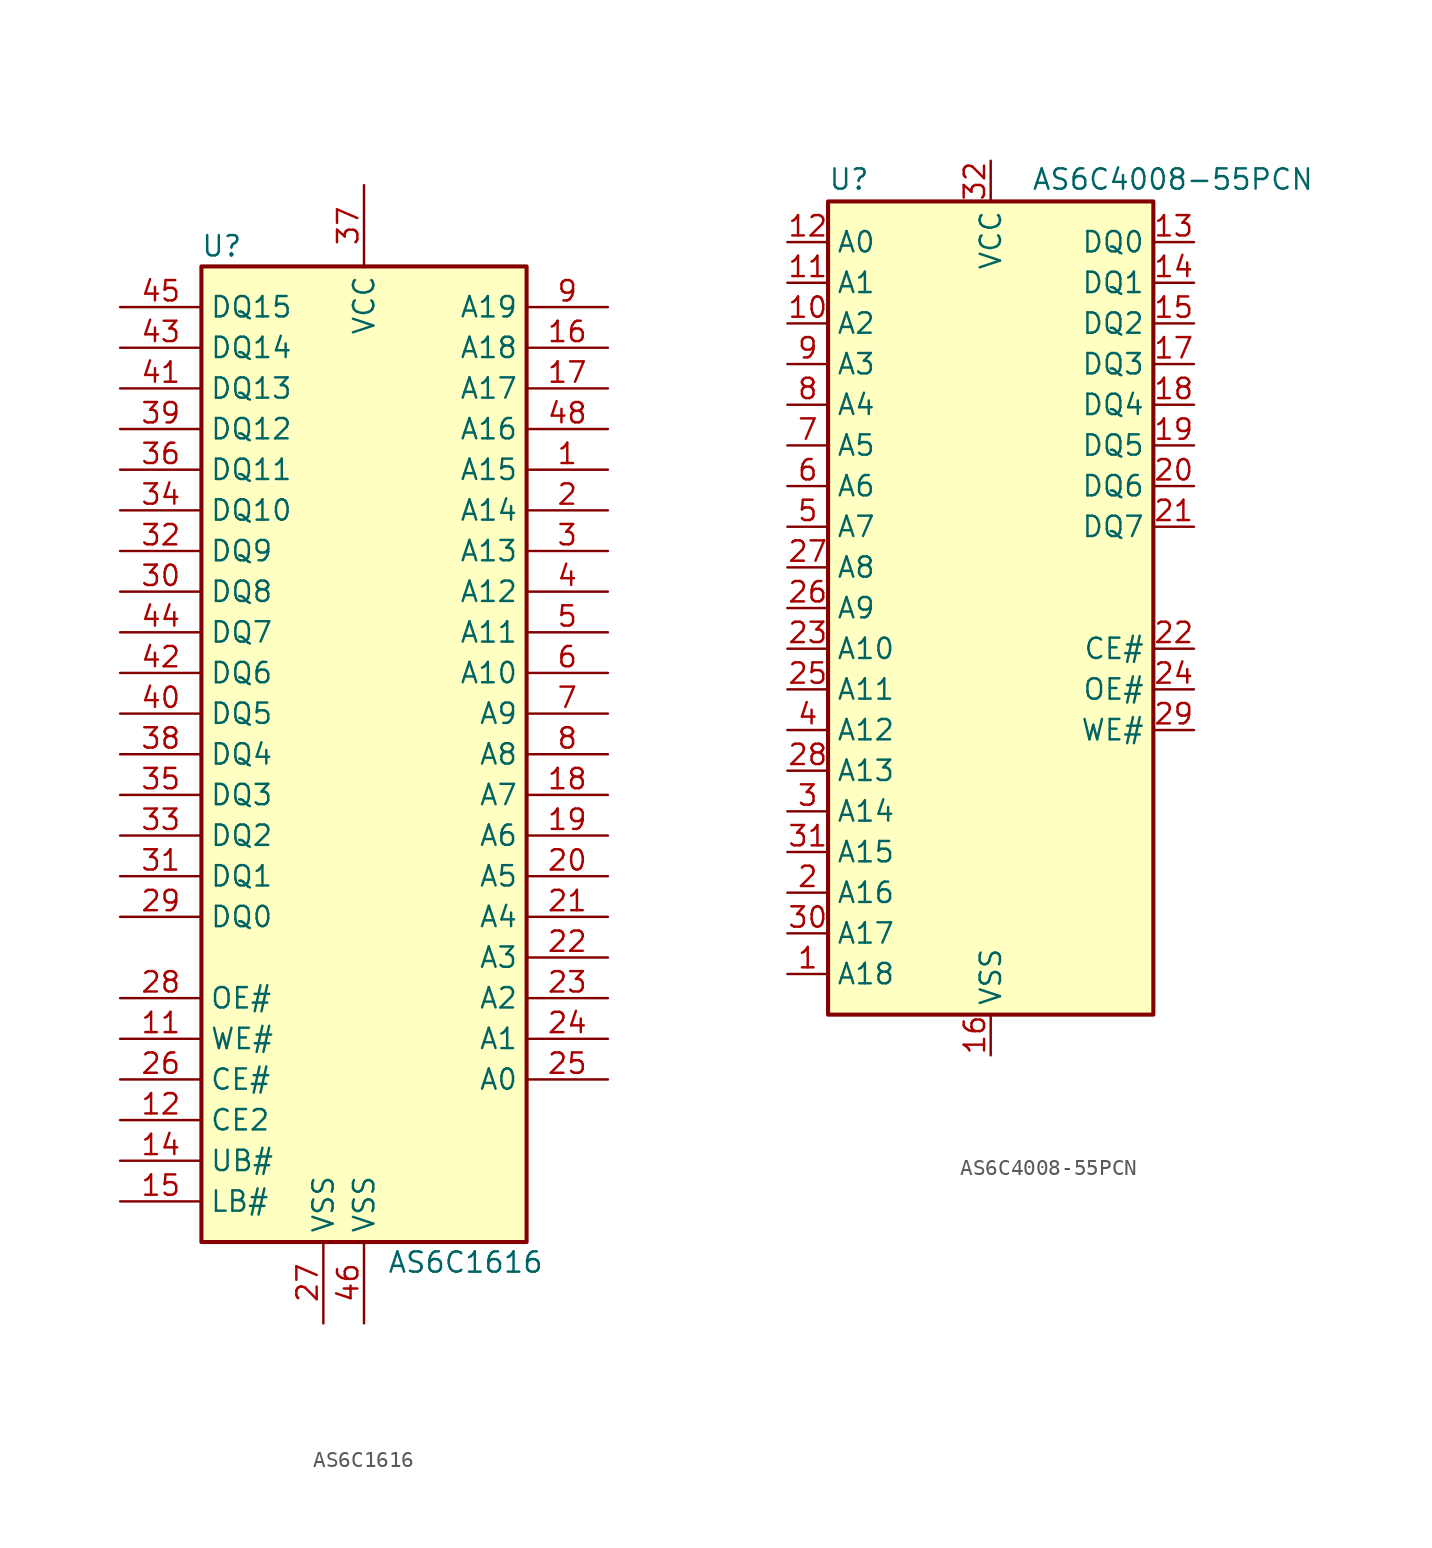
<source format=kicad_sym>
(kicad_symbol_lib
  (version 20201005)
  (generator kicad_symbol_editor)
  (symbol "AS6C1616"
    (property "Reference" "U"
      (at -8.89 31.75 0)
      (effects (font (size 1.27 1.27))))
    (property "Value" "AS6C1616"
      (at 6.35 -31.75 0)
      (effects (font (size 1.27 1.27))))
    (symbol "AS6C1616_0_1"
      (rectangle (start -10.16 30.48) (end 10.16 -30.48) (stroke (width 0.254)) (fill (type background))))
    (symbol "AS6C1616_1_1"
      (pin input line (at 15.24 17.78 180) (length 5.08) (name "A15" (effects (font (size 1.27 1.27)))) (number "1" (effects (font (size 1.27 1.27)))))
      (pin no_connect line (at 10.16 -22.86 180) (length 0) hide (name "NC" (effects (font (size 1.27 1.27)))) (number "10" (effects (font (size 1.27 1.27)))))
      (pin input line (at -15.24 -17.78 0) (length 5.08) (name "WE#" (effects (font (size 1.27 1.27)))) (number "11" (effects (font (size 1.27 1.27)))))
      (pin input line (at -15.24 -22.86 0) (length 5.08) (name "CE2" (effects (font (size 1.27 1.27)))) (number "12" (effects (font (size 1.27 1.27)))))
      (pin no_connect line (at 10.16 -25.4 180) (length 0) hide (name "NC" (effects (font (size 1.27 1.27)))) (number "13" (effects (font (size 1.27 1.27)))))
      (pin input line (at -15.24 -25.4 0) (length 5.08) (name "UB#" (effects (font (size 1.27 1.27)))) (number "14" (effects (font (size 1.27 1.27)))))
      (pin input line (at -15.24 -27.94 0) (length 5.08) (name "LB#" (effects (font (size 1.27 1.27)))) (number "15" (effects (font (size 1.27 1.27)))))
      (pin input line (at 15.24 25.4 180) (length 5.08) (name "A18" (effects (font (size 1.27 1.27)))) (number "16" (effects (font (size 1.27 1.27)))))
      (pin input line (at 15.24 22.86 180) (length 5.08) (name "A17" (effects (font (size 1.27 1.27)))) (number "17" (effects (font (size 1.27 1.27)))))
      (pin input line (at 15.24 -2.54 180) (length 5.08) (name "A7" (effects (font (size 1.27 1.27)))) (number "18" (effects (font (size 1.27 1.27)))))
      (pin input line (at 15.24 -5.08 180) (length 5.08) (name "A6" (effects (font (size 1.27 1.27)))) (number "19" (effects (font (size 1.27 1.27)))))
      (pin input line (at 15.24 15.24 180) (length 5.08) (name "A14" (effects (font (size 1.27 1.27)))) (number "2" (effects (font (size 1.27 1.27)))))
      (pin input line (at 15.24 -7.62 180) (length 5.08) (name "A5" (effects (font (size 1.27 1.27)))) (number "20" (effects (font (size 1.27 1.27)))))
      (pin input line (at 15.24 -10.16 180) (length 5.08) (name "A4" (effects (font (size 1.27 1.27)))) (number "21" (effects (font (size 1.27 1.27)))))
      (pin input line (at 15.24 -12.7 180) (length 5.08) (name "A3" (effects (font (size 1.27 1.27)))) (number "22" (effects (font (size 1.27 1.27)))))
      (pin input line (at 15.24 -15.24 180) (length 5.08) (name "A2" (effects (font (size 1.27 1.27)))) (number "23" (effects (font (size 1.27 1.27)))))
      (pin input line (at 15.24 -17.78 180) (length 5.08) (name "A1" (effects (font (size 1.27 1.27)))) (number "24" (effects (font (size 1.27 1.27)))))
      (pin input line (at 15.24 -20.32 180) (length 5.08) (name "A0" (effects (font (size 1.27 1.27)))) (number "25" (effects (font (size 1.27 1.27)))))
      (pin input line (at -15.24 -20.32 0) (length 5.08) (name "CE#" (effects (font (size 1.27 1.27)))) (number "26" (effects (font (size 1.27 1.27)))))
      (pin power_in line (at -2.54 -35.56 90) (length 5.08) (name "VSS" (effects (font (size 1.27 1.27)))) (number "27" (effects (font (size 1.27 1.27)))))
      (pin input line (at -15.24 -15.24 0) (length 5.08) (name "OE#" (effects (font (size 1.27 1.27)))) (number "28" (effects (font (size 1.27 1.27)))))
      (pin bidirectional line (at -15.24 -10.16 0) (length 5.08) (name "DQ0" (effects (font (size 1.27 1.27)))) (number "29" (effects (font (size 1.27 1.27)))))
      (pin input line (at 15.24 12.7 180) (length 5.08) (name "A13" (effects (font (size 1.27 1.27)))) (number "3" (effects (font (size 1.27 1.27)))))
      (pin bidirectional line (at -15.24 10.16 0) (length 5.08) (name "DQ8" (effects (font (size 1.27 1.27)))) (number "30" (effects (font (size 1.27 1.27)))))
      (pin bidirectional line (at -15.24 -7.62 0) (length 5.08) (name "DQ1" (effects (font (size 1.27 1.27)))) (number "31" (effects (font (size 1.27 1.27)))))
      (pin bidirectional line (at -15.24 12.7 0) (length 5.08) (name "DQ9" (effects (font (size 1.27 1.27)))) (number "32" (effects (font (size 1.27 1.27)))))
      (pin bidirectional line (at -15.24 -5.08 0) (length 5.08) (name "DQ2" (effects (font (size 1.27 1.27)))) (number "33" (effects (font (size 1.27 1.27)))))
      (pin bidirectional line (at -15.24 15.24 0) (length 5.08) (name "DQ10" (effects (font (size 1.27 1.27)))) (number "34" (effects (font (size 1.27 1.27)))))
      (pin bidirectional line (at -15.24 -2.54 0) (length 5.08) (name "DQ3" (effects (font (size 1.27 1.27)))) (number "35" (effects (font (size 1.27 1.27)))))
      (pin bidirectional line (at -15.24 17.78 0) (length 5.08) (name "DQ11" (effects (font (size 1.27 1.27)))) (number "36" (effects (font (size 1.27 1.27)))))
      (pin power_in line (at 0 35.56 270) (length 5.08) (name "VCC" (effects (font (size 1.27 1.27)))) (number "37" (effects (font (size 1.27 1.27)))))
      (pin bidirectional line (at -15.24 0 0) (length 5.08) (name "DQ4" (effects (font (size 1.27 1.27)))) (number "38" (effects (font (size 1.27 1.27)))))
      (pin bidirectional line (at -15.24 20.32 0) (length 5.08) (name "DQ12" (effects (font (size 1.27 1.27)))) (number "39" (effects (font (size 1.27 1.27)))))
      (pin input line (at 15.24 10.16 180) (length 5.08) (name "A12" (effects (font (size 1.27 1.27)))) (number "4" (effects (font (size 1.27 1.27)))))
      (pin bidirectional line (at -15.24 2.54 0) (length 5.08) (name "DQ5" (effects (font (size 1.27 1.27)))) (number "40" (effects (font (size 1.27 1.27)))))
      (pin bidirectional line (at -15.24 22.86 0) (length 5.08) (name "DQ13" (effects (font (size 1.27 1.27)))) (number "41" (effects (font (size 1.27 1.27)))))
      (pin bidirectional line (at -15.24 5.08 0) (length 5.08) (name "DQ6" (effects (font (size 1.27 1.27)))) (number "42" (effects (font (size 1.27 1.27)))))
      (pin bidirectional line (at -15.24 25.4 0) (length 5.08) (name "DQ14" (effects (font (size 1.27 1.27)))) (number "43" (effects (font (size 1.27 1.27)))))
      (pin bidirectional line (at -15.24 7.62 0) (length 5.08) (name "DQ7" (effects (font (size 1.27 1.27)))) (number "44" (effects (font (size 1.27 1.27)))))
      (pin input line (at -15.24 27.94 0) (length 5.08) (name "DQ15" (effects (font (size 1.27 1.27)))) (number "45" (effects (font (size 1.27 1.27)))))
      (pin power_in line (at 0 -35.56 90) (length 5.08) (name "VSS" (effects (font (size 1.27 1.27)))) (number "46" (effects (font (size 1.27 1.27)))))
      (pin no_connect line (at 10.16 -27.94 180) (length 0) hide (name "NC" (effects (font (size 1.27 1.27)))) (number "47" (effects (font (size 1.27 1.27)))))
      (pin input line (at 15.24 20.32 180) (length 5.08) (name "A16" (effects (font (size 1.27 1.27)))) (number "48" (effects (font (size 1.27 1.27)))))
      (pin input line (at 15.24 7.62 180) (length 5.08) (name "A11" (effects (font (size 1.27 1.27)))) (number "5" (effects (font (size 1.27 1.27)))))
      (pin input line (at 15.24 5.08 180) (length 5.08) (name "A10" (effects (font (size 1.27 1.27)))) (number "6" (effects (font (size 1.27 1.27)))))
      (pin input line (at 15.24 2.54 180) (length 5.08) (name "A9" (effects (font (size 1.27 1.27)))) (number "7" (effects (font (size 1.27 1.27)))))
      (pin input line (at 15.24 0 180) (length 5.08) (name "A8" (effects (font (size 1.27 1.27)))) (number "8" (effects (font (size 1.27 1.27)))))
      (pin input line (at 15.24 27.94 180) (length 5.08) (name "A19" (effects (font (size 1.27 1.27)))) (number "9" (effects (font (size 1.27 1.27)))))))
  (symbol "AS6C4008-55PCN"
    (property "Reference" "U"
      (at -10.16 26.035 0)
      (effects (font (size 1.27 1.27)) (justify left bottom)))
    (property "Value" "AS6C4008-55PCN"
      (at 2.54 26.035 0)
      (effects (font (size 1.27 1.27)) (justify left bottom)))
    (symbol "AS6C4008-55PCN_0_0"
      (pin power_in line (at 0 -27.94 90) (length 2.54) (name "VSS" (effects (font (size 1.27 1.27)))) (number "16" (effects (font (size 1.27 1.27)))))
      (pin power_in line (at 0 27.94 270) (length 2.54) (name "VCC" (effects (font (size 1.27 1.27)))) (number "32" (effects (font (size 1.27 1.27))))))
    (symbol "AS6C4008-55PCN_0_1"
      (rectangle (start -10.16 25.4) (end 10.16 -25.4) (stroke (width 0.254)) (fill (type background))))
    (symbol "AS6C4008-55PCN_1_1"
      (pin input line (at -12.7 -22.86 0) (length 2.54) (name "A18" (effects (font (size 1.27 1.27)))) (number "1" (effects (font (size 1.27 1.27)))))
      (pin input line (at -12.7 17.78 0) (length 2.54) (name "A2" (effects (font (size 1.27 1.27)))) (number "10" (effects (font (size 1.27 1.27)))))
      (pin input line (at -12.7 20.32 0) (length 2.54) (name "A1" (effects (font (size 1.27 1.27)))) (number "11" (effects (font (size 1.27 1.27)))))
      (pin input line (at -12.7 22.86 0) (length 2.54) (name "A0" (effects (font (size 1.27 1.27)))) (number "12" (effects (font (size 1.27 1.27)))))
      (pin tri_state line (at 12.7 22.86 180) (length 2.54) (name "DQ0" (effects (font (size 1.27 1.27)))) (number "13" (effects (font (size 1.27 1.27)))))
      (pin tri_state line (at 12.7 20.32 180) (length 2.54) (name "DQ1" (effects (font (size 1.27 1.27)))) (number "14" (effects (font (size 1.27 1.27)))))
      (pin tri_state line (at 12.7 17.78 180) (length 2.54) (name "DQ2" (effects (font (size 1.27 1.27)))) (number "15" (effects (font (size 1.27 1.27)))))
      (pin tri_state line (at 12.7 15.24 180) (length 2.54) (name "DQ3" (effects (font (size 1.27 1.27)))) (number "17" (effects (font (size 1.27 1.27)))))
      (pin tri_state line (at 12.7 12.7 180) (length 2.54) (name "DQ4" (effects (font (size 1.27 1.27)))) (number "18" (effects (font (size 1.27 1.27)))))
      (pin tri_state line (at 12.7 10.16 180) (length 2.54) (name "DQ5" (effects (font (size 1.27 1.27)))) (number "19" (effects (font (size 1.27 1.27)))))
      (pin input line (at -12.7 -17.78 0) (length 2.54) (name "A16" (effects (font (size 1.27 1.27)))) (number "2" (effects (font (size 1.27 1.27)))))
      (pin tri_state line (at 12.7 7.62 180) (length 2.54) (name "DQ6" (effects (font (size 1.27 1.27)))) (number "20" (effects (font (size 1.27 1.27)))))
      (pin tri_state line (at 12.7 5.08 180) (length 2.54) (name "DQ7" (effects (font (size 1.27 1.27)))) (number "21" (effects (font (size 1.27 1.27)))))
      (pin input line (at 12.7 -2.54 180) (length 2.54) (name "CE#" (effects (font (size 1.27 1.27)))) (number "22" (effects (font (size 1.27 1.27)))))
      (pin input line (at -12.7 -2.54 0) (length 2.54) (name "A10" (effects (font (size 1.27 1.27)))) (number "23" (effects (font (size 1.27 1.27)))))
      (pin input line (at 12.7 -5.08 180) (length 2.54) (name "OE#" (effects (font (size 1.27 1.27)))) (number "24" (effects (font (size 1.27 1.27)))))
      (pin input line (at -12.7 -5.08 0) (length 2.54) (name "A11" (effects (font (size 1.27 1.27)))) (number "25" (effects (font (size 1.27 1.27)))))
      (pin input line (at -12.7 0 0) (length 2.54) (name "A9" (effects (font (size 1.27 1.27)))) (number "26" (effects (font (size 1.27 1.27)))))
      (pin input line (at -12.7 2.54 0) (length 2.54) (name "A8" (effects (font (size 1.27 1.27)))) (number "27" (effects (font (size 1.27 1.27)))))
      (pin input line (at -12.7 -10.16 0) (length 2.54) (name "A13" (effects (font (size 1.27 1.27)))) (number "28" (effects (font (size 1.27 1.27)))))
      (pin input line (at 12.7 -7.62 180) (length 2.54) (name "WE#" (effects (font (size 1.27 1.27)))) (number "29" (effects (font (size 1.27 1.27)))))
      (pin input line (at -12.7 -12.7 0) (length 2.54) (name "A14" (effects (font (size 1.27 1.27)))) (number "3" (effects (font (size 1.27 1.27)))))
      (pin input line (at -12.7 -20.32 0) (length 2.54) (name "A17" (effects (font (size 1.27 1.27)))) (number "30" (effects (font (size 1.27 1.27)))))
      (pin input line (at -12.7 -15.24 0) (length 2.54) (name "A15" (effects (font (size 1.27 1.27)))) (number "31" (effects (font (size 1.27 1.27)))))
      (pin input line (at -12.7 -7.62 0) (length 2.54) (name "A12" (effects (font (size 1.27 1.27)))) (number "4" (effects (font (size 1.27 1.27)))))
      (pin input line (at -12.7 5.08 0) (length 2.54) (name "A7" (effects (font (size 1.27 1.27)))) (number "5" (effects (font (size 1.27 1.27)))))
      (pin input line (at -12.7 7.62 0) (length 2.54) (name "A6" (effects (font (size 1.27 1.27)))) (number "6" (effects (font (size 1.27 1.27)))))
      (pin input line (at -12.7 10.16 0) (length 2.54) (name "A5" (effects (font (size 1.27 1.27)))) (number "7" (effects (font (size 1.27 1.27)))))
      (pin input line (at -12.7 12.7 0) (length 2.54) (name "A4" (effects (font (size 1.27 1.27)))) (number "8" (effects (font (size 1.27 1.27)))))
      (pin input line (at -12.7 15.24 0) (length 2.54) (name "A3" (effects (font (size 1.27 1.27)))) (number "9" (effects (font (size 1.27 1.27))))))))
</source>
